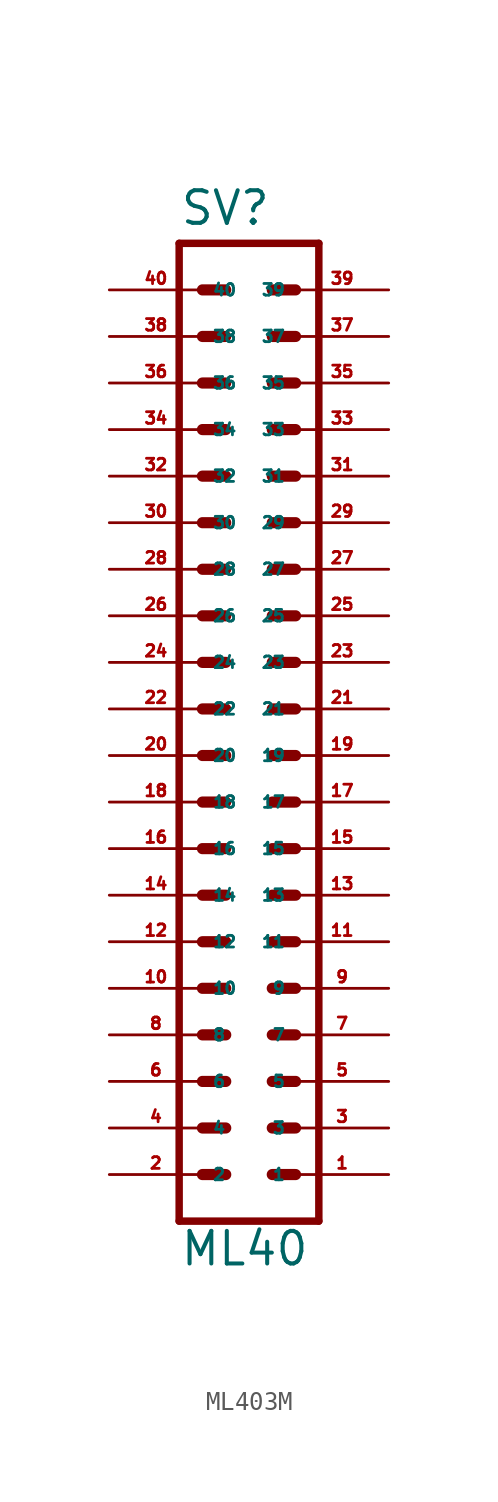
<source format=kicad_sym>
(kicad_symbol_lib
  (version 20220914)
  (generator Eagle2Kicad)
  (symbol "ML403M"
    (property "Reference" "SV"
      (at -3.81 26.289 0)
      (effects (font (size 1.778 1.778) (thickness 0.22)) (justify left bottom)))
    (property "Value" "ML40"
      (at -3.81 -30.48 0)
      (effects (font (size 1.778 1.778) (thickness 0.22)) (justify left bottom)))
    (polyline
      (pts (xy 3.81 -27.94) (xy -3.81 -27.94))
      (stroke (width 0.406) (type default))
      (fill (type none)))
    (polyline
      (pts (xy -3.81 25.4) (xy -3.81 -27.94))
      (stroke (width 0.406) (type default))
      (fill (type none)))
    (polyline
      (pts (xy -3.81 25.4) (xy 3.81 25.4))
      (stroke (width 0.406) (type default))
      (fill (type none)))
    (polyline
      (pts (xy 3.81 -27.94) (xy 3.81 25.4))
      (stroke (width 0.406) (type default))
      (fill (type none)))
    (polyline
      (pts (xy 1.27 -15.24) (xy 2.54 -15.24))
      (stroke (width 0.61) (type default))
      (fill (type none)))
    (polyline
      (pts (xy 1.27 -17.78) (xy 2.54 -17.78))
      (stroke (width 0.61) (type default))
      (fill (type none)))
    (polyline
      (pts (xy 1.27 -20.32) (xy 2.54 -20.32))
      (stroke (width 0.61) (type default))
      (fill (type none)))
    (polyline
      (pts (xy 1.27 -22.86) (xy 2.54 -22.86))
      (stroke (width 0.61) (type default))
      (fill (type none)))
    (polyline
      (pts (xy 1.27 -25.4) (xy 2.54 -25.4))
      (stroke (width 0.61) (type default))
      (fill (type none)))
    (polyline
      (pts (xy -2.54 -15.24) (xy -1.27 -15.24))
      (stroke (width 0.61) (type default))
      (fill (type none)))
    (polyline
      (pts (xy -2.54 -17.78) (xy -1.27 -17.78))
      (stroke (width 0.61) (type default))
      (fill (type none)))
    (polyline
      (pts (xy -2.54 -20.32) (xy -1.27 -20.32))
      (stroke (width 0.61) (type default))
      (fill (type none)))
    (polyline
      (pts (xy -2.54 -22.86) (xy -1.27 -22.86))
      (stroke (width 0.61) (type default))
      (fill (type none)))
    (polyline
      (pts (xy -2.54 -25.4) (xy -1.27 -25.4))
      (stroke (width 0.61) (type default))
      (fill (type none)))
    (polyline
      (pts (xy 1.27 -12.7) (xy 2.54 -12.7))
      (stroke (width 0.61) (type default))
      (fill (type none)))
    (polyline
      (pts (xy 1.27 -10.16) (xy 2.54 -10.16))
      (stroke (width 0.61) (type default))
      (fill (type none)))
    (polyline
      (pts (xy 1.27 -7.62) (xy 2.54 -7.62))
      (stroke (width 0.61) (type default))
      (fill (type none)))
    (polyline
      (pts (xy 1.27 -5.08) (xy 2.54 -5.08))
      (stroke (width 0.61) (type default))
      (fill (type none)))
    (polyline
      (pts (xy 1.27 -2.54) (xy 2.54 -2.54))
      (stroke (width 0.61) (type default))
      (fill (type none)))
    (polyline
      (pts (xy -2.54 -12.7) (xy -1.27 -12.7))
      (stroke (width 0.61) (type default))
      (fill (type none)))
    (polyline
      (pts (xy -2.54 -10.16) (xy -1.27 -10.16))
      (stroke (width 0.61) (type default))
      (fill (type none)))
    (polyline
      (pts (xy -2.54 -7.62) (xy -1.27 -7.62))
      (stroke (width 0.61) (type default))
      (fill (type none)))
    (polyline
      (pts (xy -2.54 -5.08) (xy -1.27 -5.08))
      (stroke (width 0.61) (type default))
      (fill (type none)))
    (polyline
      (pts (xy -2.54 -2.54) (xy -1.27 -2.54))
      (stroke (width 0.61) (type default))
      (fill (type none)))
    (polyline
      (pts (xy 1.27 0) (xy 2.54 0))
      (stroke (width 0.61) (type default))
      (fill (type none)))
    (polyline
      (pts (xy 1.27 2.54) (xy 2.54 2.54))
      (stroke (width 0.61) (type default))
      (fill (type none)))
    (polyline
      (pts (xy 1.27 5.08) (xy 2.54 5.08))
      (stroke (width 0.61) (type default))
      (fill (type none)))
    (polyline
      (pts (xy -2.54 0) (xy -1.27 0))
      (stroke (width 0.61) (type default))
      (fill (type none)))
    (polyline
      (pts (xy -2.54 2.54) (xy -1.27 2.54))
      (stroke (width 0.61) (type default))
      (fill (type none)))
    (polyline
      (pts (xy -2.54 5.08) (xy -1.27 5.08))
      (stroke (width 0.61) (type default))
      (fill (type none)))
    (polyline
      (pts (xy 1.27 7.62) (xy 2.54 7.62))
      (stroke (width 0.61) (type default))
      (fill (type none)))
    (polyline
      (pts (xy 1.27 10.16) (xy 2.54 10.16))
      (stroke (width 0.61) (type default))
      (fill (type none)))
    (polyline
      (pts (xy 1.27 12.7) (xy 2.54 12.7))
      (stroke (width 0.61) (type default))
      (fill (type none)))
    (polyline
      (pts (xy 1.27 15.24) (xy 2.54 15.24))
      (stroke (width 0.61) (type default))
      (fill (type none)))
    (polyline
      (pts (xy 1.27 17.78) (xy 2.54 17.78))
      (stroke (width 0.61) (type default))
      (fill (type none)))
    (polyline
      (pts (xy 1.27 20.32) (xy 2.54 20.32))
      (stroke (width 0.61) (type default))
      (fill (type none)))
    (polyline
      (pts (xy 1.27 22.86) (xy 2.54 22.86))
      (stroke (width 0.61) (type default))
      (fill (type none)))
    (polyline
      (pts (xy -2.54 7.62) (xy -1.27 7.62))
      (stroke (width 0.61) (type default))
      (fill (type none)))
    (polyline
      (pts (xy -2.54 10.16) (xy -1.27 10.16))
      (stroke (width 0.61) (type default))
      (fill (type none)))
    (polyline
      (pts (xy -2.54 12.7) (xy -1.27 12.7))
      (stroke (width 0.61) (type default))
      (fill (type none)))
    (polyline
      (pts (xy -2.54 15.24) (xy -1.27 15.24))
      (stroke (width 0.61) (type default))
      (fill (type none)))
    (polyline
      (pts (xy -2.54 17.78) (xy -1.27 17.78))
      (stroke (width 0.61) (type default))
      (fill (type none)))
    (polyline
      (pts (xy -2.54 20.32) (xy -1.27 20.32))
      (stroke (width 0.61) (type default))
      (fill (type none)))
    (polyline
      (pts (xy -2.54 22.86) (xy -1.27 22.86))
      (stroke (width 0.61) (type default))
      (fill (type none)))
    (pin passive line
      (at 7.62 -25.4 180)
      (length 5.08)
      (name "1" (effects (font (size 0.635 0.635) (thickness 0.08)) (justify left bottom)))
      (number "1" (effects (font (size 0.635 0.635) (thickness 0.08)) (justify left bottom))))
    (pin passive line
      (at 7.62 -22.86 180)
      (length 5.08)
      (name "3" (effects (font (size 0.635 0.635) (thickness 0.08)) (justify left bottom)))
      (number "3" (effects (font (size 0.635 0.635) (thickness 0.08)) (justify left bottom))))
    (pin passive line
      (at 7.62 -20.32 180)
      (length 5.08)
      (name "5" (effects (font (size 0.635 0.635) (thickness 0.08)) (justify left bottom)))
      (number "5" (effects (font (size 0.635 0.635) (thickness 0.08)) (justify left bottom))))
    (pin passive line
      (at 7.62 -17.78 180)
      (length 5.08)
      (name "7" (effects (font (size 0.635 0.635) (thickness 0.08)) (justify left bottom)))
      (number "7" (effects (font (size 0.635 0.635) (thickness 0.08)) (justify left bottom))))
    (pin passive line
      (at 7.62 -15.24 180)
      (length 5.08)
      (name "9" (effects (font (size 0.635 0.635) (thickness 0.08)) (justify left bottom)))
      (number "9" (effects (font (size 0.635 0.635) (thickness 0.08)) (justify left bottom))))
    (pin passive line
      (at 7.62 -12.7 180)
      (length 5.08)
      (name "11" (effects (font (size 0.635 0.635) (thickness 0.08)) (justify left bottom)))
      (number "11" (effects (font (size 0.635 0.635) (thickness 0.08)) (justify left bottom))))
    (pin passive line
      (at 7.62 -10.16 180)
      (length 5.08)
      (name "13" (effects (font (size 0.635 0.635) (thickness 0.08)) (justify left bottom)))
      (number "13" (effects (font (size 0.635 0.635) (thickness 0.08)) (justify left bottom))))
    (pin passive line
      (at 7.62 -7.62 180)
      (length 5.08)
      (name "15" (effects (font (size 0.635 0.635) (thickness 0.08)) (justify left bottom)))
      (number "15" (effects (font (size 0.635 0.635) (thickness 0.08)) (justify left bottom))))
    (pin passive line
      (at 7.62 -5.08 180)
      (length 5.08)
      (name "17" (effects (font (size 0.635 0.635) (thickness 0.08)) (justify left bottom)))
      (number "17" (effects (font (size 0.635 0.635) (thickness 0.08)) (justify left bottom))))
    (pin passive line
      (at 7.62 -2.54 180)
      (length 5.08)
      (name "19" (effects (font (size 0.635 0.635) (thickness 0.08)) (justify left bottom)))
      (number "19" (effects (font (size 0.635 0.635) (thickness 0.08)) (justify left bottom))))
    (pin passive line
      (at 7.62 0 180)
      (length 5.08)
      (name "21" (effects (font (size 0.635 0.635) (thickness 0.08)) (justify left bottom)))
      (number "21" (effects (font (size 0.635 0.635) (thickness 0.08)) (justify left bottom))))
    (pin passive line
      (at 7.62 2.54 180)
      (length 5.08)
      (name "23" (effects (font (size 0.635 0.635) (thickness 0.08)) (justify left bottom)))
      (number "23" (effects (font (size 0.635 0.635) (thickness 0.08)) (justify left bottom))))
    (pin passive line
      (at 7.62 5.08 180)
      (length 5.08)
      (name "25" (effects (font (size 0.635 0.635) (thickness 0.08)) (justify left bottom)))
      (number "25" (effects (font (size 0.635 0.635) (thickness 0.08)) (justify left bottom))))
    (pin passive line
      (at 7.62 7.62 180)
      (length 5.08)
      (name "27" (effects (font (size 0.635 0.635) (thickness 0.08)) (justify left bottom)))
      (number "27" (effects (font (size 0.635 0.635) (thickness 0.08)) (justify left bottom))))
    (pin passive line
      (at 7.62 10.16 180)
      (length 5.08)
      (name "29" (effects (font (size 0.635 0.635) (thickness 0.08)) (justify left bottom)))
      (number "29" (effects (font (size 0.635 0.635) (thickness 0.08)) (justify left bottom))))
    (pin passive line
      (at 7.62 12.7 180)
      (length 5.08)
      (name "31" (effects (font (size 0.635 0.635) (thickness 0.08)) (justify left bottom)))
      (number "31" (effects (font (size 0.635 0.635) (thickness 0.08)) (justify left bottom))))
    (pin passive line
      (at 7.62 15.24 180)
      (length 5.08)
      (name "33" (effects (font (size 0.635 0.635) (thickness 0.08)) (justify left bottom)))
      (number "33" (effects (font (size 0.635 0.635) (thickness 0.08)) (justify left bottom))))
    (pin passive line
      (at 7.62 17.78 180)
      (length 5.08)
      (name "35" (effects (font (size 0.635 0.635) (thickness 0.08)) (justify left bottom)))
      (number "35" (effects (font (size 0.635 0.635) (thickness 0.08)) (justify left bottom))))
    (pin passive line
      (at 7.62 20.32 180)
      (length 5.08)
      (name "37" (effects (font (size 0.635 0.635) (thickness 0.08)) (justify left bottom)))
      (number "37" (effects (font (size 0.635 0.635) (thickness 0.08)) (justify left bottom))))
    (pin passive line
      (at 7.62 22.86 180)
      (length 5.08)
      (name "39" (effects (font (size 0.635 0.635) (thickness 0.08)) (justify left bottom)))
      (number "39" (effects (font (size 0.635 0.635) (thickness 0.08)) (justify left bottom))))
    (pin passive line
      (at -7.62 -25.4 0)
      (length 5.08)
      (name "2" (effects (font (size 0.635 0.635) (thickness 0.08)) (justify left bottom)))
      (number "2" (effects (font (size 0.635 0.635) (thickness 0.08)) (justify left bottom))))
    (pin passive line
      (at -7.62 -22.86 0)
      (length 5.08)
      (name "4" (effects (font (size 0.635 0.635) (thickness 0.08)) (justify left bottom)))
      (number "4" (effects (font (size 0.635 0.635) (thickness 0.08)) (justify left bottom))))
    (pin passive line
      (at -7.62 -20.32 0)
      (length 5.08)
      (name "6" (effects (font (size 0.635 0.635) (thickness 0.08)) (justify left bottom)))
      (number "6" (effects (font (size 0.635 0.635) (thickness 0.08)) (justify left bottom))))
    (pin passive line
      (at -7.62 -17.78 0)
      (length 5.08)
      (name "8" (effects (font (size 0.635 0.635) (thickness 0.08)) (justify left bottom)))
      (number "8" (effects (font (size 0.635 0.635) (thickness 0.08)) (justify left bottom))))
    (pin passive line
      (at -7.62 -15.24 0)
      (length 5.08)
      (name "10" (effects (font (size 0.635 0.635) (thickness 0.08)) (justify left bottom)))
      (number "10" (effects (font (size 0.635 0.635) (thickness 0.08)) (justify left bottom))))
    (pin passive line
      (at -7.62 -12.7 0)
      (length 5.08)
      (name "12" (effects (font (size 0.635 0.635) (thickness 0.08)) (justify left bottom)))
      (number "12" (effects (font (size 0.635 0.635) (thickness 0.08)) (justify left bottom))))
    (pin passive line
      (at -7.62 -10.16 0)
      (length 5.08)
      (name "14" (effects (font (size 0.635 0.635) (thickness 0.08)) (justify left bottom)))
      (number "14" (effects (font (size 0.635 0.635) (thickness 0.08)) (justify left bottom))))
    (pin passive line
      (at -7.62 -7.62 0)
      (length 5.08)
      (name "16" (effects (font (size 0.635 0.635) (thickness 0.08)) (justify left bottom)))
      (number "16" (effects (font (size 0.635 0.635) (thickness 0.08)) (justify left bottom))))
    (pin passive line
      (at -7.62 -5.08 0)
      (length 5.08)
      (name "18" (effects (font (size 0.635 0.635) (thickness 0.08)) (justify left bottom)))
      (number "18" (effects (font (size 0.635 0.635) (thickness 0.08)) (justify left bottom))))
    (pin passive line
      (at -7.62 -2.54 0)
      (length 5.08)
      (name "20" (effects (font (size 0.635 0.635) (thickness 0.08)) (justify left bottom)))
      (number "20" (effects (font (size 0.635 0.635) (thickness 0.08)) (justify left bottom))))
    (pin passive line
      (at -7.62 0 0)
      (length 5.08)
      (name "22" (effects (font (size 0.635 0.635) (thickness 0.08)) (justify left bottom)))
      (number "22" (effects (font (size 0.635 0.635) (thickness 0.08)) (justify left bottom))))
    (pin passive line
      (at -7.62 2.54 0)
      (length 5.08)
      (name "24" (effects (font (size 0.635 0.635) (thickness 0.08)) (justify left bottom)))
      (number "24" (effects (font (size 0.635 0.635) (thickness 0.08)) (justify left bottom))))
    (pin passive line
      (at -7.62 5.08 0)
      (length 5.08)
      (name "26" (effects (font (size 0.635 0.635) (thickness 0.08)) (justify left bottom)))
      (number "26" (effects (font (size 0.635 0.635) (thickness 0.08)) (justify left bottom))))
    (pin passive line
      (at -7.62 7.62 0)
      (length 5.08)
      (name "28" (effects (font (size 0.635 0.635) (thickness 0.08)) (justify left bottom)))
      (number "28" (effects (font (size 0.635 0.635) (thickness 0.08)) (justify left bottom))))
    (pin passive line
      (at -7.62 10.16 0)
      (length 5.08)
      (name "30" (effects (font (size 0.635 0.635) (thickness 0.08)) (justify left bottom)))
      (number "30" (effects (font (size 0.635 0.635) (thickness 0.08)) (justify left bottom))))
    (pin passive line
      (at -7.62 12.7 0)
      (length 5.08)
      (name "32" (effects (font (size 0.635 0.635) (thickness 0.08)) (justify left bottom)))
      (number "32" (effects (font (size 0.635 0.635) (thickness 0.08)) (justify left bottom))))
    (pin passive line
      (at -7.62 15.24 0)
      (length 5.08)
      (name "34" (effects (font (size 0.635 0.635) (thickness 0.08)) (justify left bottom)))
      (number "34" (effects (font (size 0.635 0.635) (thickness 0.08)) (justify left bottom))))
    (pin passive line
      (at -7.62 17.78 0)
      (length 5.08)
      (name "36" (effects (font (size 0.635 0.635) (thickness 0.08)) (justify left bottom)))
      (number "36" (effects (font (size 0.635 0.635) (thickness 0.08)) (justify left bottom))))
    (pin passive line
      (at -7.62 20.32 0)
      (length 5.08)
      (name "38" (effects (font (size 0.635 0.635) (thickness 0.08)) (justify left bottom)))
      (number "38" (effects (font (size 0.635 0.635) (thickness 0.08)) (justify left bottom))))
    (pin passive line
      (at -7.62 22.86 0)
      (length 5.08)
      (name "40" (effects (font (size 0.635 0.635) (thickness 0.08)) (justify left bottom)))
      (number "40" (effects (font (size 0.635 0.635) (thickness 0.08)) (justify left bottom))))))
</source>
